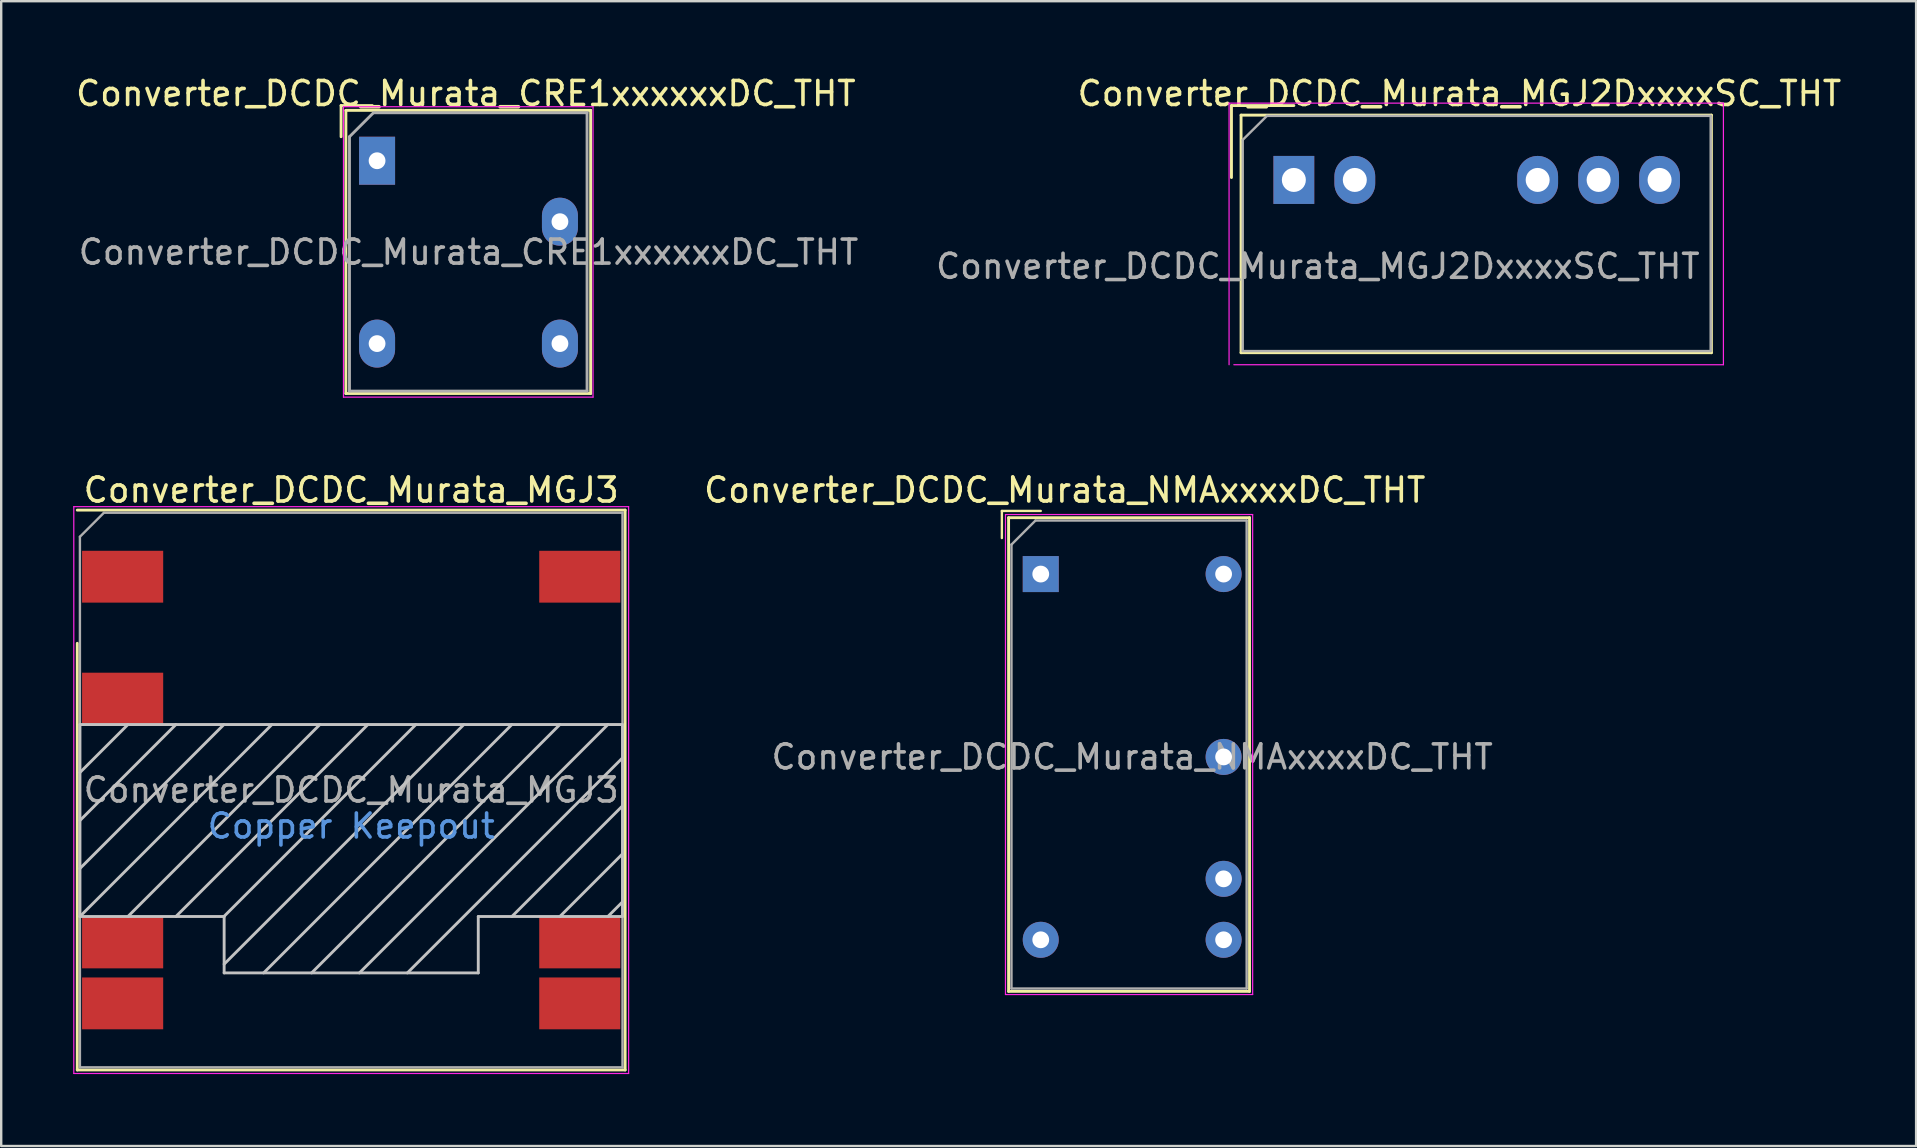
<source format=kicad_pcb>
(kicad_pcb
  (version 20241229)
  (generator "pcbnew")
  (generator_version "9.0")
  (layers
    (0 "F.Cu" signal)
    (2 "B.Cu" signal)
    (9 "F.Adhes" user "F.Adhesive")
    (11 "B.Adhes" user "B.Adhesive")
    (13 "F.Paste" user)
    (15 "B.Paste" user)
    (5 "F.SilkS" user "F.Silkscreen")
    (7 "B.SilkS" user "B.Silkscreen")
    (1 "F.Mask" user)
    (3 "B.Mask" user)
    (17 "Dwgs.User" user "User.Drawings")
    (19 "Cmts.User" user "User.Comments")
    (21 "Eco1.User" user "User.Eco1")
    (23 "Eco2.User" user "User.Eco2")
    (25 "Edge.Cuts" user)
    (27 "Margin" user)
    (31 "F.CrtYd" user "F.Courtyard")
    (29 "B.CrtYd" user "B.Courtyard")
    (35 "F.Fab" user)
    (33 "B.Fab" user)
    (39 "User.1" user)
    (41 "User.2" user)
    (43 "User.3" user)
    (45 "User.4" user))
  (footprint "Converter_DCDC_Murata_MGJ3"
    (layer "F.Cu")
    (at 11.585 29.872)
    (property "Reference" "Converter_DCDC_Murata_MGJ3" (at 0 -12.5 0) (layer "F.SilkS") (effects (font (size 1 1) (thickness 0.15))))
    (attr smd)
    (fp_line (start -11.415 -6.115) (end -11.415 11.665) (stroke (width 0.12) (type solid)) (layer "F.SilkS"))
    (fp_line (start 11.415 -11.665) (end -11.415 -11.665) (stroke (width 0.12) (type solid)) (layer "F.SilkS"))
    (fp_line (start 11.415 -11.665) (end 11.415 11.665) (stroke (width 0.12) (type solid)) (layer "F.SilkS"))
    (fp_line (start 11.415 11.665) (end -11.415 11.665) (stroke (width 0.12) (type solid)) (layer "F.SilkS"))
    (fp_line (start -11.305 -2.73) (end 11.305 -2.73) (stroke (width 0.12) (type solid)) (layer "Dwgs.User"))
    (fp_line (start -11.305 -0.73) (end -9.305 -2.73) (stroke (width 0.12) (type solid)) (layer "Dwgs.User"))
    (fp_line (start -11.305 1.27) (end -7.305 -2.73) (stroke (width 0.12) (type solid)) (layer "Dwgs.User"))
    (fp_line (start -11.305 3.27) (end -5.305 -2.73) (stroke (width 0.12) (type solid)) (layer "Dwgs.User"))
    (fp_line (start -11.305 5.27) (end -11.305 -2.73) (stroke (width 0.12) (type solid)) (layer "Dwgs.User"))
    (fp_line (start -11.305 5.27) (end -3.305 -2.73) (stroke (width 0.12) (type solid)) (layer "Dwgs.User"))
    (fp_line (start -9.305 5.27) (end -1.305 -2.73) (stroke (width 0.12) (type solid)) (layer "Dwgs.User"))
    (fp_line (start -7.305 5.27) (end 0.695 -2.73) (stroke (width 0.12) (type solid)) (layer "Dwgs.User"))
    (fp_line (start -5.305 5.27) (end 2.695 -2.73) (stroke (width 0.12) (type solid)) (layer "Dwgs.User"))
    (fp_line (start -5.295 5.27) (end -11.305 5.27) (stroke (width 0.12) (type solid)) (layer "Dwgs.User"))
    (fp_line (start -5.295 7.255) (end 4.695 -2.73) (stroke (width 0.12) (type solid)) (layer "Dwgs.User"))
    (fp_line (start -5.295 7.62) (end -5.295 5.27) (stroke (width 0.12) (type solid)) (layer "Dwgs.User"))
    (fp_line (start -3.65 7.62) (end 6.695 -2.73) (stroke (width 0.12) (type solid)) (layer "Dwgs.User"))
    (fp_line (start -1.65 7.62) (end 8.695 -2.73) (stroke (width 0.12) (type solid)) (layer "Dwgs.User"))
    (fp_line (start 0.342 7.62) (end 10.695 -2.73) (stroke (width 0.12) (type solid)) (layer "Dwgs.User"))
    (fp_line (start 2.34 7.62) (end 11.305 -1.34) (stroke (width 0.12) (type solid)) (layer "Dwgs.User"))
    (fp_line (start 5.295 5.27) (end 5.295 7.62) (stroke (width 0.12) (type solid)) (layer "Dwgs.User"))
    (fp_line (start 5.295 7.62) (end -5.295 7.62) (stroke (width 0.12) (type solid)) (layer "Dwgs.User"))
    (fp_line (start 6.695 5.27) (end 11.305 0.66) (stroke (width 0.12) (type solid)) (layer "Dwgs.User"))
    (fp_line (start 8.695 5.27) (end 11.305 2.66) (stroke (width 0.12) (type solid)) (layer "Dwgs.User"))
    (fp_line (start 10.695 5.27) (end 11.305 4.66) (stroke (width 0.12) (type solid)) (layer "Dwgs.User"))
    (fp_line (start 11.305 -2.73) (end 11.305 5.27) (stroke (width 0.12) (type solid)) (layer "Dwgs.User"))
    (fp_line (start 11.305 5.27) (end 5.295 5.27) (stroke (width 0.12) (type solid)) (layer "Dwgs.User"))
    (fp_line (start -11.56 -11.81) (end -11.56 11.81) (stroke (width 0.05) (type solid)) (layer "F.CrtYd"))
    (fp_line (start -11.56 11.81) (end 11.56 11.81) (stroke (width 0.05) (type solid)) (layer "F.CrtYd"))
    (fp_line (start 11.56 -11.81) (end -11.56 -11.81) (stroke (width 0.05) (type solid)) (layer "F.CrtYd"))
    (fp_line (start 11.56 11.81) (end 11.56 -11.81) (stroke (width 0.05) (type solid)) (layer "F.CrtYd"))
    (fp_line (start -11.305 -10.555) (end -11.305 11.555) (stroke (width 0.1) (type solid)) (layer "F.Fab"))
    (fp_line (start -11.305 -10.555) (end -10.305 -11.555) (stroke (width 0.1) (type solid)) (layer "F.Fab"))
    (fp_line (start -11.305 11.555) (end 11.305 11.555) (stroke (width 0.1) (type solid)) (layer "F.Fab"))
    (fp_line (start 11.305 -11.555) (end -10.305 -11.555) (stroke (width 0.1) (type solid)) (layer "F.Fab"))
    (fp_line (start 11.305 -11.555) (end 11.305 11.555) (stroke (width 0.1) (type solid)) (layer "F.Fab"))
    (fp_text user "Copper Keepout" (at 0 1.5 0) (layer "Cmts.User") (effects (font (size 1 1) (thickness 0.15))))
    (fp_text user "${REFERENCE}" (at 0 0 0) (layer "F.Fab") (effects (font (size 1 1) (thickness 0.15))))
    (pad "1" smd rect (at -9.525 -8.89) (size 3.38 2.16) (layers "F.Cu" "F.Mask" "F.Paste"))
    (pad "3" smd rect (at -9.525 -3.81) (size 3.38 2.16) (layers "F.Cu" "F.Mask" "F.Paste"))
    (pad "7" smd rect (at -9.525 6.35) (size 3.38 2.16) (layers "F.Cu" "F.Mask" "F.Paste"))
    (pad "8" smd rect (at -9.525 8.89) (size 3.38 2.16) (layers "F.Cu" "F.Mask" "F.Paste"))
    (pad "9" smd rect (at 9.525 8.89) (size 3.38 2.16) (layers "F.Cu" "F.Mask" "F.Paste"))
    (pad "10" smd rect (at 9.525 6.35) (size 3.38 2.16) (layers "F.Cu" "F.Mask" "F.Paste"))
    (pad "16" smd rect (at 9.525 -8.89) (size 3.38 2.16) (layers "F.Cu" "F.Mask" "F.Paste")))
  (footprint "Converter_DCDC_Murata_CRE1xxxxxxDC_THT"
    (layer "F.Cu")
    (at 12.663 3.648)
    (property "Reference" "Converter_DCDC_Murata_CRE1xxxxxxDC_THT" (at 3.7 -2.8 0) (layer "F.SilkS") (effects (font (size 1 1) (thickness 0.15))))
    (attr through_hole)
    (fp_line (start -1.5 -1) (end -1.5 -2.3) (stroke (width 0.12) (type solid)) (layer "F.SilkS"))
    (fp_line (start -1.3 -2.1) (end 8.9 -2.1) (stroke (width 0.12) (type solid)) (layer "F.SilkS"))
    (fp_line (start -1.3 9.7) (end -1.3 -2.1) (stroke (width 0.12) (type solid)) (layer "F.SilkS"))
    (fp_line (start -0.2 -2.3) (end -1.5 -2.3) (stroke (width 0.12) (type solid)) (layer "F.SilkS"))
    (fp_line (start 8.9 -2.1) (end 8.9 9.7) (stroke (width 0.12) (type solid)) (layer "F.SilkS"))
    (fp_line (start 8.9 9.7) (end -1.3 9.7) (stroke (width 0.12) (type solid)) (layer "F.SilkS"))
    (fp_line (start -1.4 -2.25) (end -1.4 9.85) (stroke (width 0.05) (type solid)) (layer "F.CrtYd"))
    (fp_line (start -1.4 -2.25) (end 9 -2.25) (stroke (width 0.05) (type solid)) (layer "F.CrtYd"))
    (fp_line (start 9 9.85) (end -1.4 9.85) (stroke (width 0.05) (type solid)) (layer "F.CrtYd"))
    (fp_line (start 9 9.85) (end 9 -2.25) (stroke (width 0.05) (type solid)) (layer "F.CrtYd"))
    (fp_line (start -1.15 -1) (end -0.15 -2) (stroke (width 0.12) (type solid)) (layer "F.Fab"))
    (fp_line (start -1.15 9.6) (end -1.15 -1) (stroke (width 0.12) (type solid)) (layer "F.Fab"))
    (fp_line (start -0.15 -2) (end 8.75 -2) (stroke (width 0.12) (type solid)) (layer "F.Fab"))
    (fp_line (start 8.75 -2) (end 8.75 9.6) (stroke (width 0.12) (type solid)) (layer "F.Fab"))
    (fp_line (start 8.75 9.6) (end -1.15 9.6) (stroke (width 0.12) (type solid)) (layer "F.Fab"))
    (fp_text user "${REFERENCE}" (at 3.81 3.81 0) (layer "F.Fab") (effects (font (size 1 1) (thickness 0.15))))
    (pad "1" thru_hole rect (at 0 0) (size 1.5 2) (drill 0.7) (layers "*.Cu" "*.Mask"))
    (pad "4" thru_hole oval (at 0 7.62) (size 1.5 2) (drill 0.7) (layers "*.Cu" "*.Mask"))
    (pad "5" thru_hole oval (at 7.62 7.62) (size 1.5 2) (drill 0.7) (layers "*.Cu" "*.Mask"))
    (pad "7" thru_hole oval (at 7.62 2.54) (size 1.5 2) (drill 0.7) (layers "*.Cu" "*.Mask")))
  (footprint "Converter_DCDC_Murata_NMAxxxxDC_THT"
    (layer "F.Cu")
    (at 40.319 20.872)
    (property "Reference" "Converter_DCDC_Murata_NMAxxxxDC_THT" (at 1 -3.5 0) (layer "F.SilkS") (effects (font (size 1 1) (thickness 0.15))))
    (attr through_hole)
    (fp_line (start -1.62 -2.63) (end -1.62 -1.5) (stroke (width 0.1) (type solid)) (layer "F.SilkS"))
    (fp_line (start -1.34 -2.35) (end -1.34 17.39) (stroke (width 0.12) (type solid)) (layer "F.SilkS"))
    (fp_line (start -1.34 -2.35) (end 8.7 -2.35) (stroke (width 0.12) (type solid)) (layer "F.SilkS"))
    (fp_line (start -1.34 17.39) (end 8.7 17.39) (stroke (width 0.12) (type solid)) (layer "F.SilkS"))
    (fp_line (start 0 -2.63) (end -1.62 -2.63) (stroke (width 0.1) (type solid)) (layer "F.SilkS"))
    (fp_line (start 8.7 17.39) (end 8.7 -2.35) (stroke (width 0.12) (type solid)) (layer "F.SilkS"))
    (fp_line (start -1.47 -2.48) (end -1.47 17.52) (stroke (width 0.05) (type solid)) (layer "F.CrtYd"))
    (fp_line (start -1.47 17.52) (end 8.83 17.52) (stroke (width 0.05) (type solid)) (layer "F.CrtYd"))
    (fp_line (start 8.83 -2.48) (end -1.47 -2.48) (stroke (width 0.05) (type solid)) (layer "F.CrtYd"))
    (fp_line (start 8.83 17.52) (end 8.83 -2.48) (stroke (width 0.05) (type solid)) (layer "F.CrtYd"))
    (fp_line (start -1.22 17.27) (end -1.22 -1.23) (stroke (width 0.1) (type solid)) (layer "F.Fab"))
    (fp_line (start -0.22 -2.23) (end -1.22 -1.23) (stroke (width 0.1) (type solid)) (layer "F.Fab"))
    (fp_line (start -0.22 -2.23) (end 8.58 -2.23) (stroke (width 0.1) (type solid)) (layer "F.Fab"))
    (fp_line (start 8.58 -2.23) (end 8.58 17.27) (stroke (width 0.1) (type solid)) (layer "F.Fab"))
    (fp_line (start 8.58 17.27) (end -1.22 17.27) (stroke (width 0.1) (type solid)) (layer "F.Fab"))
    (fp_text user "${REFERENCE}" (at 3.81 7.62 0) (layer "F.Fab") (effects (font (size 1 1) (thickness 0.15))))
    (pad "1" thru_hole rect (at 0 0) (size 1.5 1.5) (drill 0.7) (layers "*.Cu" "*.Mask"))
    (pad "7" thru_hole oval (at 0 15.24) (size 1.5 1.5) (drill 0.7) (layers "*.Cu" "*.Mask"))
    (pad "8" thru_hole oval (at 7.62 15.24) (size 1.5 1.5) (drill 0.7) (layers "*.Cu" "*.Mask"))
    (pad "9" thru_hole oval (at 7.62 12.7) (size 1.5 1.5) (drill 0.7) (layers "*.Cu" "*.Mask"))
    (pad "11" thru_hole oval (at 7.62 7.62) (size 1.5 1.5) (drill 0.7) (layers "*.Cu" "*.Mask"))
    (pad "14" thru_hole oval (at 7.62 0) (size 1.5 1.5) (drill 0.7) (layers "*.Cu" "*.Mask")))
  (footprint "Converter_DCDC_Murata_MGJ2DxxxxSC_THT"
    (layer "F.Cu")
    (at 50.866 4.448)
    (property "Reference" "Converter_DCDC_Murata_MGJ2DxxxxSC_THT" (at 1 3.6 0) (layer "F.Fab") (effects (font (size 1 1) (thickness 0.15))))
    (attr through_hole)
    (fp_line (start -2.6 -3.1) (end 0 -3.1) (stroke (width 0.12) (type solid)) (layer "F.SilkS"))
    (fp_line (start -2.6 -0.1) (end -2.6 -3.1) (stroke (width 0.12) (type solid)) (layer "F.SilkS"))
    (fp_line (start -2.2 -2.7) (end -2.2 7.2) (stroke (width 0.12) (type solid)) (layer "F.SilkS"))
    (fp_line (start -2.2 -2.7) (end 17.4 -2.7) (stroke (width 0.12) (type solid)) (layer "F.SilkS"))
    (fp_line (start -2.2 7.2) (end 17.4 7.2) (stroke (width 0.12) (type solid)) (layer "F.SilkS"))
    (fp_line (start 17.4 -2.7) (end 17.4 7.2) (stroke (width 0.12) (type solid)) (layer "F.SilkS"))
    (fp_line (start -2.7 -3.2) (end -2.7 7.7) (stroke (width 0.05) (type solid)) (layer "F.CrtYd"))
    (fp_line (start -2.7 -3.2) (end 17.9 -3.2) (stroke (width 0.05) (type solid)) (layer "F.CrtYd"))
    (fp_line (start -2.5 7.7) (end 17.9 7.7) (stroke (width 0.05) (type solid)) (layer "F.CrtYd"))
    (fp_line (start 17.9 -3.2) (end 17.9 7.7) (stroke (width 0.05) (type solid)) (layer "F.CrtYd"))
    (fp_line (start -2.13 -1.67) (end -1.12 -2.67) (stroke (width 0.1) (type solid)) (layer "F.Fab"))
    (fp_line (start -2.13 7.13) (end -2.13 -1.67) (stroke (width 0.1) (type solid)) (layer "F.Fab"))
    (fp_line (start -1.12 -2.67) (end 17.37 -2.67) (stroke (width 0.1) (type solid)) (layer "F.Fab"))
    (fp_line (start 17.37 -2.67) (end 17.37 7.13) (stroke (width 0.1) (type solid)) (layer "F.Fab"))
    (fp_line (start 17.37 7.13) (end -2.13 7.13) (stroke (width 0.1) (type solid)) (layer "F.Fab"))
    (fp_text user "${REFERENCE}" (at 6.9 -3.6 0) (layer "F.SilkS") (effects (font (size 1 1) (thickness 0.15))))
    (pad "1" thru_hole rect (at 0 0) (size 1.7 2) (drill 1) (layers "*.Cu" "*.Mask"))
    (pad "2" thru_hole oval (at 2.54 0) (size 1.7 2) (drill 1) (layers "*.Cu" "*.Mask"))
    (pad "5" thru_hole oval (at 10.16 0) (size 1.7 2) (drill 1) (layers "*.Cu" "*.Mask"))
    (pad "6" thru_hole oval (at 12.7 0) (size 1.7 2) (drill 1) (layers "*.Cu" "*.Mask"))
    (pad "7" thru_hole oval (at 15.24 0) (size 1.7 2) (drill 1) (layers "*.Cu" "*.Mask")))
  (gr_rect
    (start -3 -3)
    (end 76.796 44.706)
    (stroke (width 0.1) (type default))
    (fill no)
    (layer "Edge.Cuts")))
</source>
